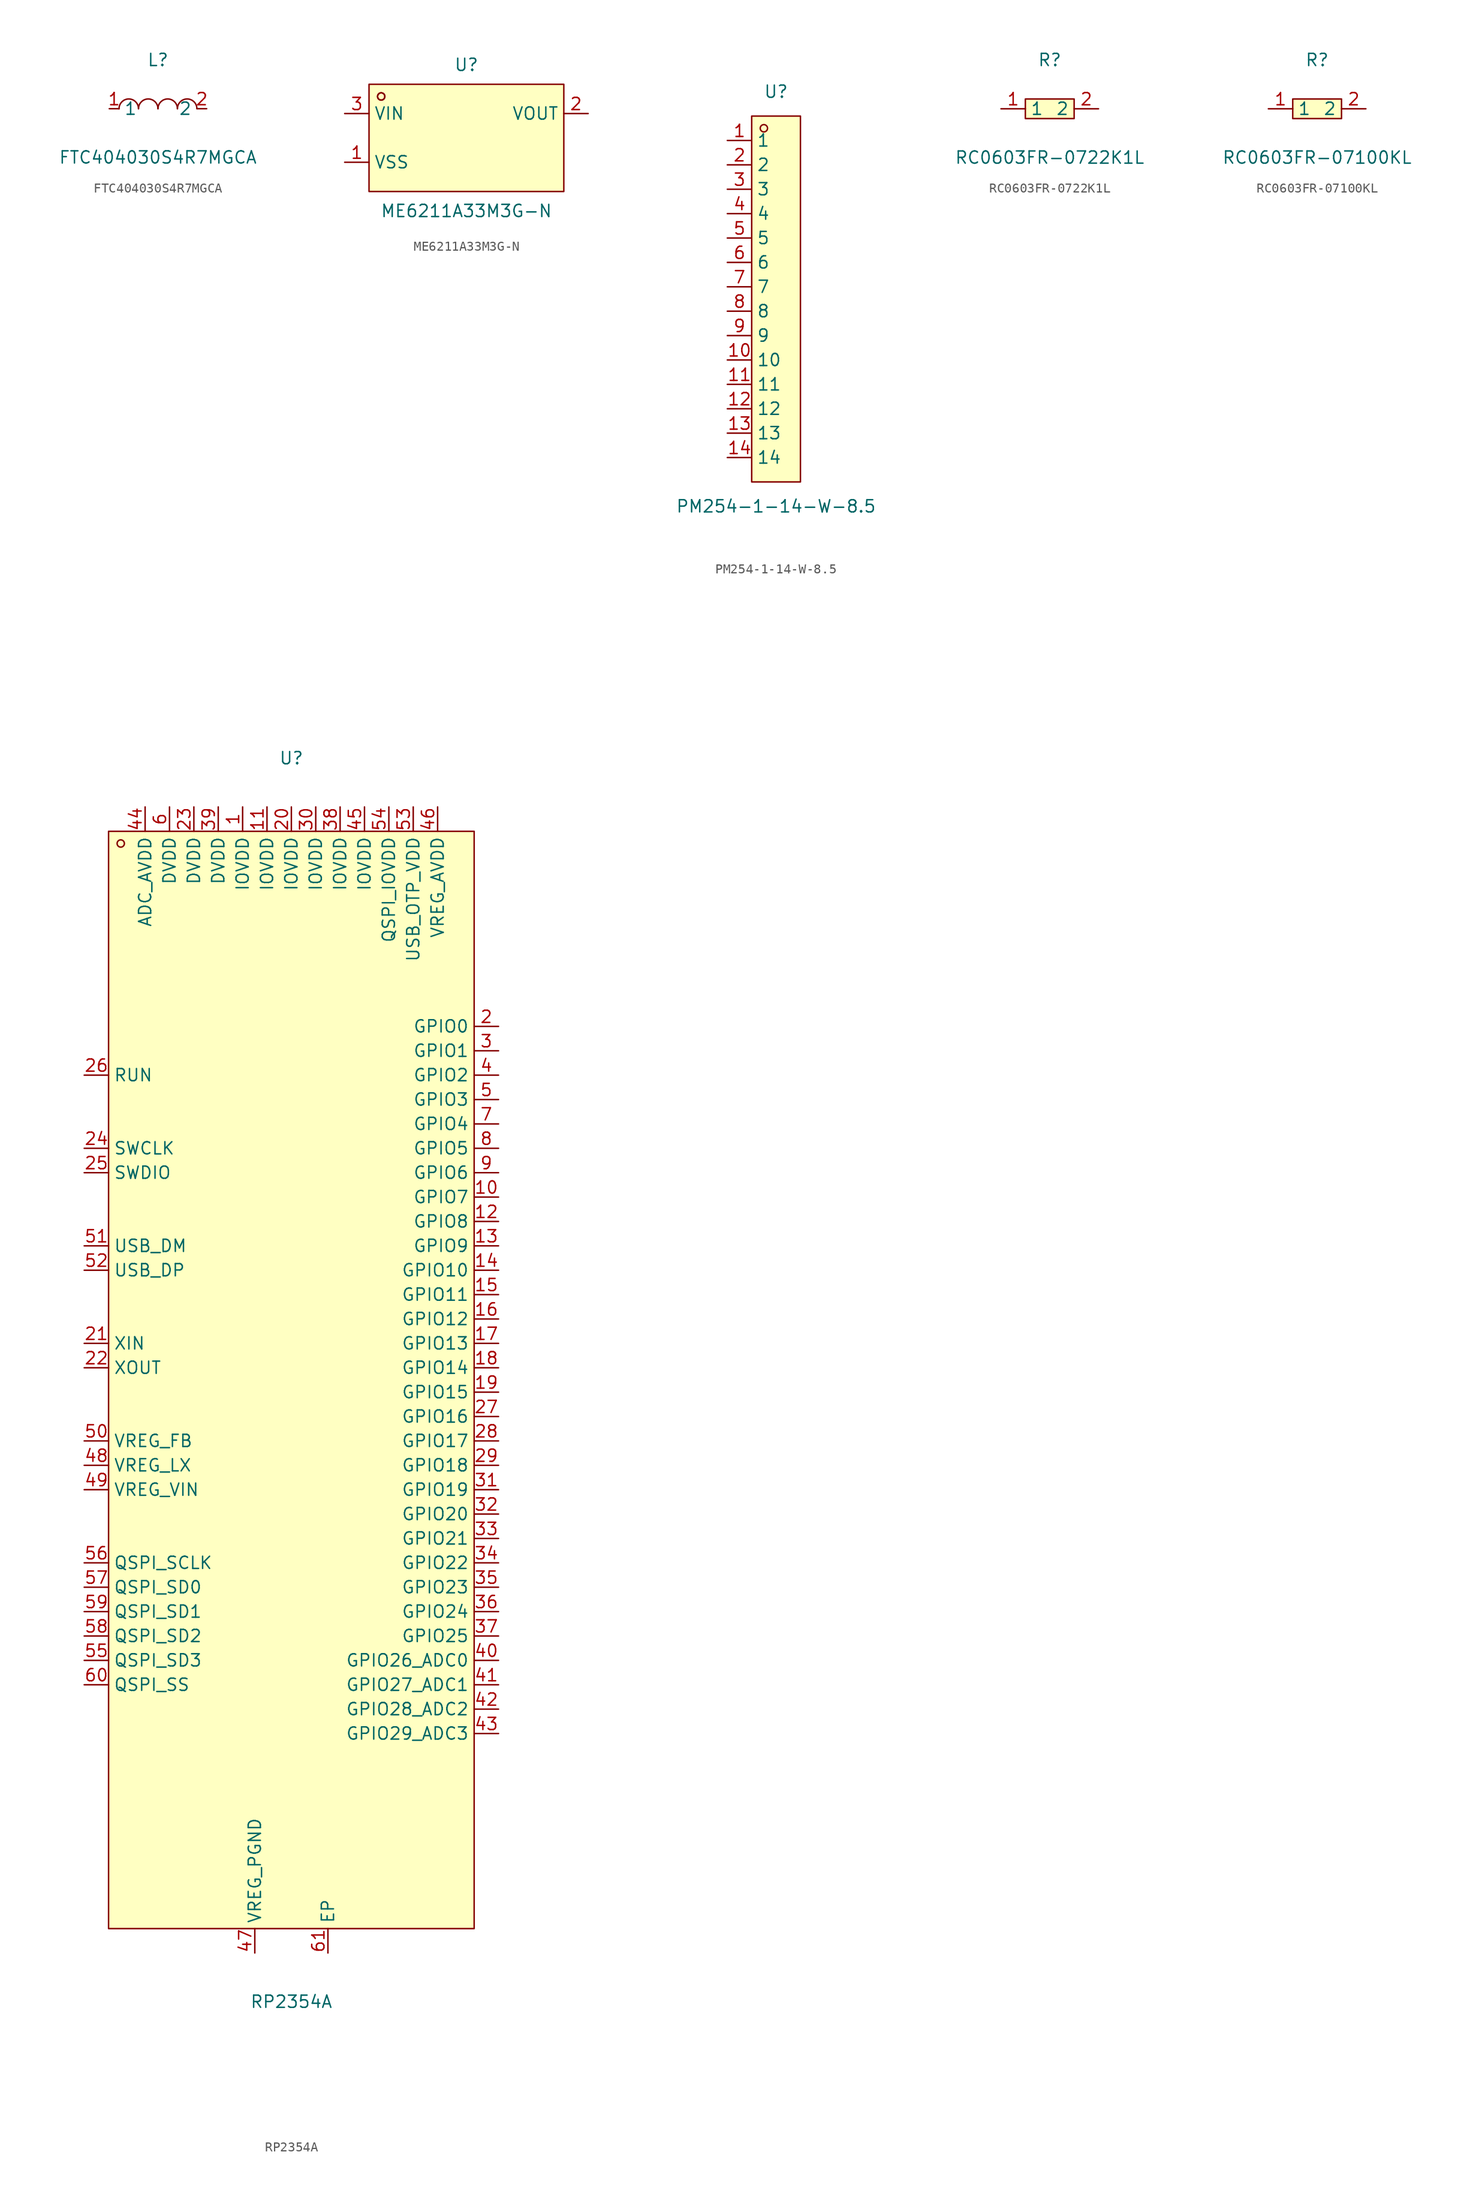
<source format=kicad_sym>
(kicad_symbol_lib
  (version 20241209)
  (generator "kicad_symbol_editor")
  (generator_version "9.0")
  (symbol "FTC404030S4R7MGCA"
    (property "Reference" "L"
      (at 0 5.08 0)
      (effects (font (size 1.27 1.27))))
    (property "Value" "FTC404030S4R7MGCA"
      (at 0 -5.08 0)
      (effects (font (size 1.27 1.27))))
    (symbol "FTC404030S4R7MGCA_0_1"
      (arc (start -4.06 -0.01) (mid -2.83 0.99) (end -2.03 0.01) (stroke (width 0) (type default)) (fill (type none)))
      (arc (start -2.03 -0.01) (mid -0.8 0.99) (end 0 0.01) (stroke (width 0) (type default)) (fill (type none)))
      (arc (start 0 -0.01) (mid 1.23 0.99) (end 2.03 0.01) (stroke (width 0) (type default)) (fill (type none)))
      (arc (start 2.03 -0.01) (mid 3.26 0.99) (end 4.06 0.01) (stroke (width 0) (type default)) (fill (type none)))
      (pin unspecified line (at -5.08 0 0) (length 1.016) (name "1" (effects (font (size 1.27 1.27)))) (number "1" (effects (font (size 1.27 1.27)))))
      (pin unspecified line (at 5.08 0 180) (length 1.016) (name "2" (effects (font (size 1.27 1.27)))) (number "2" (effects (font (size 1.27 1.27)))))))
  (symbol "ME6211A33M3G-N"
    (property "Reference" "U"
      (at 0 7.62 0)
      (effects (font (size 1.27 1.27))))
    (property "Value" "ME6211A33M3G-N"
      (at 0 -7.62 0)
      (effects (font (size 1.27 1.27))))
    (symbol "ME6211A33M3G-N_0_1"
      (rectangle (start -10.16 5.59) (end 10.16 -5.59) (stroke (width 0) (type default)) (fill (type background)))
      (circle (center -8.89 4.32) (radius 0.38) (stroke (width 0) (type default)) (fill (type none)))
      (circle (center -8.89 4.32) (radius 0.38) (stroke (width 0) (type default)) (fill (type none)))
      (pin unspecified line (at -12.7 2.54 0) (length 2.54) (name "VIN" (effects (font (size 1.27 1.27)))) (number "3" (effects (font (size 1.27 1.27)))))
      (pin unspecified line (at -12.7 -2.54 0) (length 2.54) (name "VSS" (effects (font (size 1.27 1.27)))) (number "1" (effects (font (size 1.27 1.27)))))
      (pin unspecified line (at 12.7 2.54 180) (length 2.54) (name "VOUT" (effects (font (size 1.27 1.27)))) (number "2" (effects (font (size 1.27 1.27)))))))
  (symbol "PM254-1-14-W-8.5"
    (property "Reference" "U"
      (at 0 21.59 0)
      (effects (font (size 1.27 1.27))))
    (property "Value" "PM254-1-14-W-8.5"
      (at 0 -21.59 0)
      (effects (font (size 1.27 1.27))))
    (symbol "PM254-1-14-W-8.5_0_1"
      (rectangle (start -2.54 19.05) (end 2.54 -19.05) (stroke (width 0) (type default)) (fill (type background)))
      (circle (center -1.27 17.78) (radius 0.38) (stroke (width 0) (type default)) (fill (type none)))
      (pin unspecified line (at -5.08 16.51 0) (length 2.54) (name "1" (effects (font (size 1.27 1.27)))) (number "1" (effects (font (size 1.27 1.27)))))
      (pin unspecified line (at -5.08 13.97 0) (length 2.54) (name "2" (effects (font (size 1.27 1.27)))) (number "2" (effects (font (size 1.27 1.27)))))
      (pin unspecified line (at -5.08 11.43 0) (length 2.54) (name "3" (effects (font (size 1.27 1.27)))) (number "3" (effects (font (size 1.27 1.27)))))
      (pin unspecified line (at -5.08 8.89 0) (length 2.54) (name "4" (effects (font (size 1.27 1.27)))) (number "4" (effects (font (size 1.27 1.27)))))
      (pin unspecified line (at -5.08 6.35 0) (length 2.54) (name "5" (effects (font (size 1.27 1.27)))) (number "5" (effects (font (size 1.27 1.27)))))
      (pin unspecified line (at -5.08 3.81 0) (length 2.54) (name "6" (effects (font (size 1.27 1.27)))) (number "6" (effects (font (size 1.27 1.27)))))
      (pin unspecified line (at -5.08 1.27 0) (length 2.54) (name "7" (effects (font (size 1.27 1.27)))) (number "7" (effects (font (size 1.27 1.27)))))
      (pin unspecified line (at -5.08 -1.27 0) (length 2.54) (name "8" (effects (font (size 1.27 1.27)))) (number "8" (effects (font (size 1.27 1.27)))))
      (pin unspecified line (at -5.08 -3.81 0) (length 2.54) (name "9" (effects (font (size 1.27 1.27)))) (number "9" (effects (font (size 1.27 1.27)))))
      (pin unspecified line (at -5.08 -6.35 0) (length 2.54) (name "10" (effects (font (size 1.27 1.27)))) (number "10" (effects (font (size 1.27 1.27)))))
      (pin unspecified line (at -5.08 -8.89 0) (length 2.54) (name "11" (effects (font (size 1.27 1.27)))) (number "11" (effects (font (size 1.27 1.27)))))
      (pin unspecified line (at -5.08 -11.43 0) (length 2.54) (name "12" (effects (font (size 1.27 1.27)))) (number "12" (effects (font (size 1.27 1.27)))))
      (pin unspecified line (at -5.08 -13.97 0) (length 2.54) (name "13" (effects (font (size 1.27 1.27)))) (number "13" (effects (font (size 1.27 1.27)))))
      (pin unspecified line (at -5.08 -16.51 0) (length 2.54) (name "14" (effects (font (size 1.27 1.27)))) (number "14" (effects (font (size 1.27 1.27)))))))
  (symbol "RC0603FR-0722K1L"
    (property "Reference" "R"
      (at 0 5.08 0)
      (effects (font (size 1.27 1.27))))
    (property "Value" "RC0603FR-0722K1L"
      (at 0 -5.08 0)
      (effects (font (size 1.27 1.27))))
    (symbol "RC0603FR-0722K1L_0_1"
      (rectangle (start -2.54 1.02) (end 2.54 -1.02) (stroke (width 0) (type default)) (fill (type background)))
      (pin input line (at -5.08 0 0) (length 2.54) (name "1" (effects (font (size 1.27 1.27)))) (number "1" (effects (font (size 1.27 1.27)))))
      (pin input line (at 5.08 0 180) (length 2.54) (name "2" (effects (font (size 1.27 1.27)))) (number "2" (effects (font (size 1.27 1.27)))))))
  (symbol "RC0603FR-07100KL"
    (property "Reference" "R"
      (at 0 5.08 0)
      (effects (font (size 1.27 1.27))))
    (property "Value" "RC0603FR-07100KL"
      (at 0 -5.08 0)
      (effects (font (size 1.27 1.27))))
    (symbol "RC0603FR-07100KL_0_1"
      (rectangle (start -2.54 1.02) (end 2.54 -1.02) (stroke (width 0) (type default)) (fill (type background)))
      (pin unspecified line (at -5.08 0 0) (length 2.54) (name "1" (effects (font (size 1.27 1.27)))) (number "1" (effects (font (size 1.27 1.27)))))
      (pin unspecified line (at 5.08 0 180) (length 2.54) (name "2" (effects (font (size 1.27 1.27)))) (number "2" (effects (font (size 1.27 1.27)))))))
  (symbol "RP2354A"
    (property "Reference" "U"
      (at 0 64.77 0)
      (effects (font (size 1.27 1.27))))
    (property "Value" "RP2354A"
      (at 0 -64.77 0)
      (effects (font (size 1.27 1.27))))
    (symbol "RP2354A_0_1"
      (rectangle (start -19.05 57.15) (end 19.05 -57.15) (stroke (width 0) (type default)) (fill (type background)))
      (circle (center -17.78 55.88) (radius 0.38) (stroke (width 0) (type default)) (fill (type none)))
      (pin unspecified line (at -21.59 31.75 0) (length 2.54) (name "RUN" (effects (font (size 1.27 1.27)))) (number "26" (effects (font (size 1.27 1.27)))))
      (pin unspecified line (at -21.59 24.13 0) (length 2.54) (name "SWCLK" (effects (font (size 1.27 1.27)))) (number "24" (effects (font (size 1.27 1.27)))))
      (pin unspecified line (at -21.59 21.59 0) (length 2.54) (name "SWDIO" (effects (font (size 1.27 1.27)))) (number "25" (effects (font (size 1.27 1.27)))))
      (pin unspecified line (at -21.59 13.97 0) (length 2.54) (name "USB_DM" (effects (font (size 1.27 1.27)))) (number "51" (effects (font (size 1.27 1.27)))))
      (pin unspecified line (at -21.59 11.43 0) (length 2.54) (name "USB_DP" (effects (font (size 1.27 1.27)))) (number "52" (effects (font (size 1.27 1.27)))))
      (pin unspecified line (at -21.59 3.81 0) (length 2.54) (name "XIN" (effects (font (size 1.27 1.27)))) (number "21" (effects (font (size 1.27 1.27)))))
      (pin unspecified line (at -21.59 1.27 0) (length 2.54) (name "XOUT" (effects (font (size 1.27 1.27)))) (number "22" (effects (font (size 1.27 1.27)))))
      (pin unspecified line (at -21.59 -6.35 0) (length 2.54) (name "VREG_FB" (effects (font (size 1.27 1.27)))) (number "50" (effects (font (size 1.27 1.27)))))
      (pin unspecified line (at -21.59 -8.89 0) (length 2.54) (name "VREG_LX" (effects (font (size 1.27 1.27)))) (number "48" (effects (font (size 1.27 1.27)))))
      (pin unspecified line (at -21.59 -11.43 0) (length 2.54) (name "VREG_VIN" (effects (font (size 1.27 1.27)))) (number "49" (effects (font (size 1.27 1.27)))))
      (pin unspecified line (at -21.59 -19.05 0) (length 2.54) (name "QSPI_SCLK" (effects (font (size 1.27 1.27)))) (number "56" (effects (font (size 1.27 1.27)))))
      (pin unspecified line (at -21.59 -21.59 0) (length 2.54) (name "QSPI_SD0" (effects (font (size 1.27 1.27)))) (number "57" (effects (font (size 1.27 1.27)))))
      (pin unspecified line (at -21.59 -24.13 0) (length 2.54) (name "QSPI_SD1" (effects (font (size 1.27 1.27)))) (number "59" (effects (font (size 1.27 1.27)))))
      (pin unspecified line (at -21.59 -26.67 0) (length 2.54) (name "QSPI_SD2" (effects (font (size 1.27 1.27)))) (number "58" (effects (font (size 1.27 1.27)))))
      (pin unspecified line (at -21.59 -29.21 0) (length 2.54) (name "QSPI_SD3" (effects (font (size 1.27 1.27)))) (number "55" (effects (font (size 1.27 1.27)))))
      (pin unspecified line (at -21.59 -31.75 0) (length 2.54) (name "QSPI_SS" (effects (font (size 1.27 1.27)))) (number "60" (effects (font (size 1.27 1.27)))))
      (pin unspecified line (at -15.24 59.69 270) (length 2.54) (name "ADC_AVDD" (effects (font (size 1.27 1.27)))) (number "44" (effects (font (size 1.27 1.27)))))
      (pin unspecified line (at -12.7 59.69 270) (length 2.54) (name "DVDD" (effects (font (size 1.27 1.27)))) (number "6" (effects (font (size 1.27 1.27)))))
      (pin unspecified line (at -10.16 59.69 270) (length 2.54) (name "DVDD" (effects (font (size 1.27 1.27)))) (number "23" (effects (font (size 1.27 1.27)))))
      (pin unspecified line (at -7.62 59.69 270) (length 2.54) (name "DVDD" (effects (font (size 1.27 1.27)))) (number "39" (effects (font (size 1.27 1.27)))))
      (pin unspecified line (at -5.08 59.69 270) (length 2.54) (name "IOVDD" (effects (font (size 1.27 1.27)))) (number "1" (effects (font (size 1.27 1.27)))))
      (pin unspecified line (at -3.81 -59.69 90) (length 2.54) (name "VREG_PGND" (effects (font (size 1.27 1.27)))) (number "47" (effects (font (size 1.27 1.27)))))
      (pin unspecified line (at -2.54 59.69 270) (length 2.54) (name "IOVDD" (effects (font (size 1.27 1.27)))) (number "11" (effects (font (size 1.27 1.27)))))
      (pin unspecified line (at 0 59.69 270) (length 2.54) (name "IOVDD" (effects (font (size 1.27 1.27)))) (number "20" (effects (font (size 1.27 1.27)))))
      (pin unspecified line (at 2.54 59.69 270) (length 2.54) (name "IOVDD" (effects (font (size 1.27 1.27)))) (number "30" (effects (font (size 1.27 1.27)))))
      (pin unspecified line (at 3.81 -59.69 90) (length 2.54) (name "EP" (effects (font (size 1.27 1.27)))) (number "61" (effects (font (size 1.27 1.27)))))
      (pin unspecified line (at 5.08 59.69 270) (length 2.54) (name "IOVDD" (effects (font (size 1.27 1.27)))) (number "38" (effects (font (size 1.27 1.27)))))
      (pin unspecified line (at 7.62 59.69 270) (length 2.54) (name "IOVDD" (effects (font (size 1.27 1.27)))) (number "45" (effects (font (size 1.27 1.27)))))
      (pin unspecified line (at 10.16 59.69 270) (length 2.54) (name "QSPI_IOVDD" (effects (font (size 1.27 1.27)))) (number "54" (effects (font (size 1.27 1.27)))))
      (pin unspecified line (at 12.7 59.69 270) (length 2.54) (name "USB_OTP_VDD" (effects (font (size 1.27 1.27)))) (number "53" (effects (font (size 1.27 1.27)))))
      (pin unspecified line (at 15.24 59.69 270) (length 2.54) (name "VREG_AVDD" (effects (font (size 1.27 1.27)))) (number "46" (effects (font (size 1.27 1.27)))))
      (pin unspecified line (at 21.59 36.83 180) (length 2.54) (name "GPIO0" (effects (font (size 1.27 1.27)))) (number "2" (effects (font (size 1.27 1.27)))))
      (pin unspecified line (at 21.59 34.29 180) (length 2.54) (name "GPIO1" (effects (font (size 1.27 1.27)))) (number "3" (effects (font (size 1.27 1.27)))))
      (pin unspecified line (at 21.59 31.75 180) (length 2.54) (name "GPIO2" (effects (font (size 1.27 1.27)))) (number "4" (effects (font (size 1.27 1.27)))))
      (pin unspecified line (at 21.59 29.21 180) (length 2.54) (name "GPIO3" (effects (font (size 1.27 1.27)))) (number "5" (effects (font (size 1.27 1.27)))))
      (pin unspecified line (at 21.59 26.67 180) (length 2.54) (name "GPIO4" (effects (font (size 1.27 1.27)))) (number "7" (effects (font (size 1.27 1.27)))))
      (pin unspecified line (at 21.59 24.13 180) (length 2.54) (name "GPIO5" (effects (font (size 1.27 1.27)))) (number "8" (effects (font (size 1.27 1.27)))))
      (pin unspecified line (at 21.59 21.59 180) (length 2.54) (name "GPIO6" (effects (font (size 1.27 1.27)))) (number "9" (effects (font (size 1.27 1.27)))))
      (pin unspecified line (at 21.59 19.05 180) (length 2.54) (name "GPIO7" (effects (font (size 1.27 1.27)))) (number "10" (effects (font (size 1.27 1.27)))))
      (pin unspecified line (at 21.59 16.51 180) (length 2.54) (name "GPIO8" (effects (font (size 1.27 1.27)))) (number "12" (effects (font (size 1.27 1.27)))))
      (pin unspecified line (at 21.59 13.97 180) (length 2.54) (name "GPIO9" (effects (font (size 1.27 1.27)))) (number "13" (effects (font (size 1.27 1.27)))))
      (pin unspecified line (at 21.59 11.43 180) (length 2.54) (name "GPIO10" (effects (font (size 1.27 1.27)))) (number "14" (effects (font (size 1.27 1.27)))))
      (pin unspecified line (at 21.59 8.89 180) (length 2.54) (name "GPIO11" (effects (font (size 1.27 1.27)))) (number "15" (effects (font (size 1.27 1.27)))))
      (pin unspecified line (at 21.59 6.35 180) (length 2.54) (name "GPIO12" (effects (font (size 1.27 1.27)))) (number "16" (effects (font (size 1.27 1.27)))))
      (pin unspecified line (at 21.59 3.81 180) (length 2.54) (name "GPIO13" (effects (font (size 1.27 1.27)))) (number "17" (effects (font (size 1.27 1.27)))))
      (pin unspecified line (at 21.59 1.27 180) (length 2.54) (name "GPIO14" (effects (font (size 1.27 1.27)))) (number "18" (effects (font (size 1.27 1.27)))))
      (pin unspecified line (at 21.59 -1.27 180) (length 2.54) (name "GPIO15" (effects (font (size 1.27 1.27)))) (number "19" (effects (font (size 1.27 1.27)))))
      (pin unspecified line (at 21.59 -3.81 180) (length 2.54) (name "GPIO16" (effects (font (size 1.27 1.27)))) (number "27" (effects (font (size 1.27 1.27)))))
      (pin unspecified line (at 21.59 -6.35 180) (length 2.54) (name "GPIO17" (effects (font (size 1.27 1.27)))) (number "28" (effects (font (size 1.27 1.27)))))
      (pin unspecified line (at 21.59 -8.89 180) (length 2.54) (name "GPIO18" (effects (font (size 1.27 1.27)))) (number "29" (effects (font (size 1.27 1.27)))))
      (pin unspecified line (at 21.59 -11.43 180) (length 2.54) (name "GPIO19" (effects (font (size 1.27 1.27)))) (number "31" (effects (font (size 1.27 1.27)))))
      (pin unspecified line (at 21.59 -13.97 180) (length 2.54) (name "GPIO20" (effects (font (size 1.27 1.27)))) (number "32" (effects (font (size 1.27 1.27)))))
      (pin unspecified line (at 21.59 -16.51 180) (length 2.54) (name "GPIO21" (effects (font (size 1.27 1.27)))) (number "33" (effects (font (size 1.27 1.27)))))
      (pin unspecified line (at 21.59 -19.05 180) (length 2.54) (name "GPIO22" (effects (font (size 1.27 1.27)))) (number "34" (effects (font (size 1.27 1.27)))))
      (pin unspecified line (at 21.59 -21.59 180) (length 2.54) (name "GPIO23" (effects (font (size 1.27 1.27)))) (number "35" (effects (font (size 1.27 1.27)))))
      (pin unspecified line (at 21.59 -24.13 180) (length 2.54) (name "GPIO24" (effects (font (size 1.27 1.27)))) (number "36" (effects (font (size 1.27 1.27)))))
      (pin unspecified line (at 21.59 -26.67 180) (length 2.54) (name "GPIO25" (effects (font (size 1.27 1.27)))) (number "37" (effects (font (size 1.27 1.27)))))
      (pin unspecified line (at 21.59 -29.21 180) (length 2.54) (name "GPIO26_ADC0" (effects (font (size 1.27 1.27)))) (number "40" (effects (font (size 1.27 1.27)))))
      (pin unspecified line (at 21.59 -31.75 180) (length 2.54) (name "GPIO27_ADC1" (effects (font (size 1.27 1.27)))) (number "41" (effects (font (size 1.27 1.27)))))
      (pin unspecified line (at 21.59 -34.29 180) (length 2.54) (name "GPIO28_ADC2" (effects (font (size 1.27 1.27)))) (number "42" (effects (font (size 1.27 1.27)))))
      (pin unspecified line (at 21.59 -36.83 180) (length 2.54) (name "GPIO29_ADC3" (effects (font (size 1.27 1.27)))) (number "43" (effects (font (size 1.27 1.27))))))))
</source>
